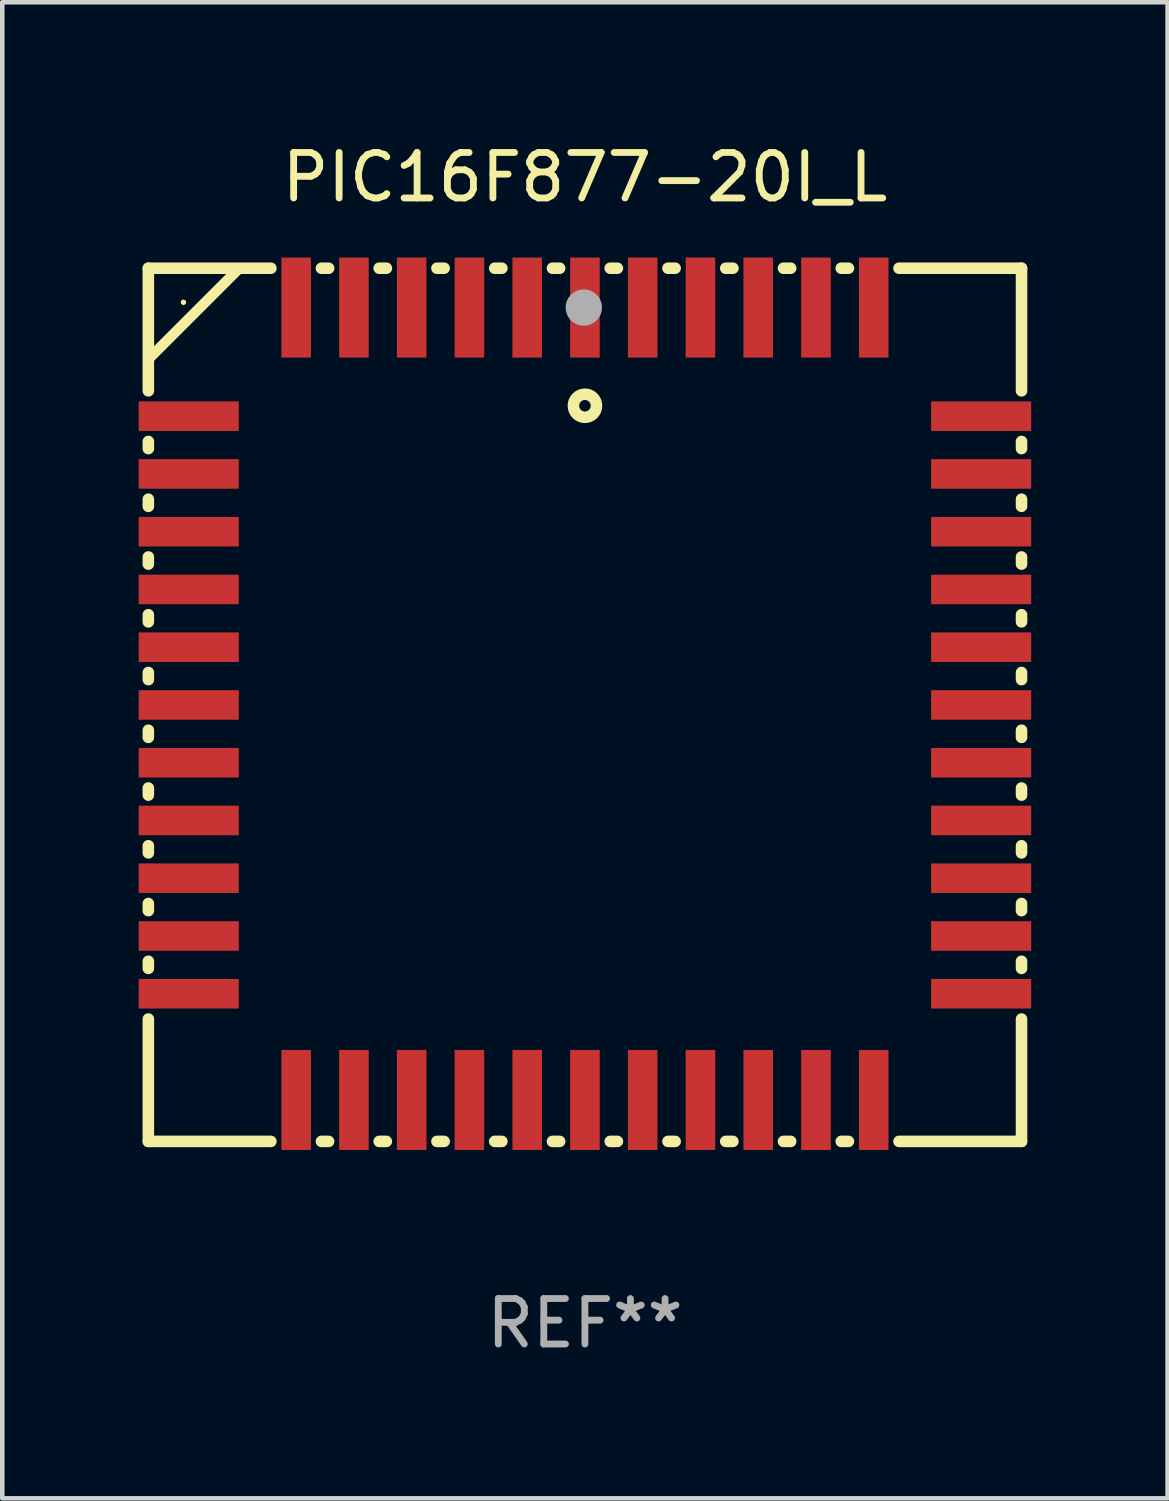
<source format=kicad_pcb>
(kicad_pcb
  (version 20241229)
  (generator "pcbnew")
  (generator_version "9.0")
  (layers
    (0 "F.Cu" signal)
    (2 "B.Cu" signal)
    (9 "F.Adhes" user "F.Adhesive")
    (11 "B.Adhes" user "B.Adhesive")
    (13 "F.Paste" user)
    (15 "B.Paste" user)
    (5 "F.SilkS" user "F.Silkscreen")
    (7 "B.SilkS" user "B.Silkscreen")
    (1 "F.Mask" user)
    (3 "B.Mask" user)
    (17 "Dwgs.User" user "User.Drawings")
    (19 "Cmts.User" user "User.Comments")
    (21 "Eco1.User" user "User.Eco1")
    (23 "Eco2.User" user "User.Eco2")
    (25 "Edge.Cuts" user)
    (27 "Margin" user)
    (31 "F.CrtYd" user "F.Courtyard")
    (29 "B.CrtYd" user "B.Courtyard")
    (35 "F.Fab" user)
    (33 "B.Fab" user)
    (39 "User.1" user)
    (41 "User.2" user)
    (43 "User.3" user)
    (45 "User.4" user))
  (footprint "PIC16F877-20I_L"
    (layer "F.Cu")
    (at 9.812 12.448)
    (property "Reference" "PIC16F877-20I_L" (at 0 -11.6 0) (layer "F.SilkS") (effects (font (size 1 1) (thickness 0.15))))
    (attr through_hole)
    (fp_line (start -9.6 -9.6) (end -6.906 -9.6) (stroke (width 0.254) (type solid)) (layer "F.SilkS"))
    (fp_line (start -9.6 -6.904) (end -9.6 -9.6) (stroke (width 0.254) (type solid)) (layer "F.SilkS"))
    (fp_line (start -9.6 -5.634) (end -9.6 -5.791) (stroke (width 0.254) (type solid)) (layer "F.SilkS"))
    (fp_line (start -9.6 -4.364) (end -9.6 -4.521) (stroke (width 0.254) (type solid)) (layer "F.SilkS"))
    (fp_line (start -9.6 -3.094) (end -9.6 -3.251) (stroke (width 0.254) (type solid)) (layer "F.SilkS"))
    (fp_line (start -9.6 -1.824) (end -9.6 -1.981) (stroke (width 0.254) (type solid)) (layer "F.SilkS"))
    (fp_line (start -9.6 -0.554) (end -9.6 -0.711) (stroke (width 0.254) (type solid)) (layer "F.SilkS"))
    (fp_line (start -9.6 0.716) (end -9.6 0.559) (stroke (width 0.254) (type solid)) (layer "F.SilkS"))
    (fp_line (start -9.6 1.986) (end -9.6 1.829) (stroke (width 0.254) (type solid)) (layer "F.SilkS"))
    (fp_line (start -9.6 3.256) (end -9.6 3.099) (stroke (width 0.254) (type solid)) (layer "F.SilkS"))
    (fp_line (start -9.6 4.526) (end -9.6 4.369) (stroke (width 0.254) (type solid)) (layer "F.SilkS"))
    (fp_line (start -9.6 5.796) (end -9.6 5.639) (stroke (width 0.254) (type solid)) (layer "F.SilkS"))
    (fp_line (start -9.6 9.6) (end -9.6 6.909) (stroke (width 0.254) (type solid)) (layer "F.SilkS"))
    (fp_line (start -7.6 -9.6) (end -9.6 -7.6) (stroke (width 0.229) (type solid)) (layer "F.SilkS"))
    (fp_line (start -6.906 9.6) (end -9.6 9.6) (stroke (width 0.254) (type solid)) (layer "F.SilkS"))
    (fp_line (start -5.794 -9.6) (end -5.636 -9.6) (stroke (width 0.254) (type solid)) (layer "F.SilkS"))
    (fp_line (start -5.636 9.6) (end -5.794 9.6) (stroke (width 0.254) (type solid)) (layer "F.SilkS"))
    (fp_line (start -4.524 -9.6) (end -4.366 -9.6) (stroke (width 0.254) (type solid)) (layer "F.SilkS"))
    (fp_line (start -4.366 9.6) (end -4.524 9.6) (stroke (width 0.254) (type solid)) (layer "F.SilkS"))
    (fp_line (start -3.254 -9.6) (end -3.096 -9.6) (stroke (width 0.254) (type solid)) (layer "F.SilkS"))
    (fp_line (start -3.096 9.6) (end -3.254 9.6) (stroke (width 0.254) (type solid)) (layer "F.SilkS"))
    (fp_line (start -1.984 -9.6) (end -1.826 -9.6) (stroke (width 0.254) (type solid)) (layer "F.SilkS"))
    (fp_line (start -1.826 9.6) (end -1.984 9.6) (stroke (width 0.254) (type solid)) (layer "F.SilkS"))
    (fp_line (start -0.714 -9.6) (end -0.556 -9.6) (stroke (width 0.254) (type solid)) (layer "F.SilkS"))
    (fp_line (start -0.556 9.6) (end -0.714 9.6) (stroke (width 0.254) (type solid)) (layer "F.SilkS"))
    (fp_line (start 0.556 -9.6) (end 0.714 -9.6) (stroke (width 0.254) (type solid)) (layer "F.SilkS"))
    (fp_line (start 0.714 9.6) (end 0.556 9.6) (stroke (width 0.254) (type solid)) (layer "F.SilkS"))
    (fp_line (start 1.826 -9.6) (end 1.984 -9.6) (stroke (width 0.254) (type solid)) (layer "F.SilkS"))
    (fp_line (start 1.984 9.6) (end 1.826 9.6) (stroke (width 0.254) (type solid)) (layer "F.SilkS"))
    (fp_line (start 3.096 -9.6) (end 3.254 -9.6) (stroke (width 0.254) (type solid)) (layer "F.SilkS"))
    (fp_line (start 3.254 9.6) (end 3.096 9.6) (stroke (width 0.254) (type solid)) (layer "F.SilkS"))
    (fp_line (start 4.366 -9.6) (end 4.524 -9.6) (stroke (width 0.254) (type solid)) (layer "F.SilkS"))
    (fp_line (start 4.524 9.6) (end 4.366 9.6) (stroke (width 0.254) (type solid)) (layer "F.SilkS"))
    (fp_line (start 5.636 -9.6) (end 5.794 -9.6) (stroke (width 0.254) (type solid)) (layer "F.SilkS"))
    (fp_line (start 5.794 9.6) (end 5.636 9.6) (stroke (width 0.254) (type solid)) (layer "F.SilkS"))
    (fp_line (start 6.906 -9.6) (end 9.6 -9.6) (stroke (width 0.254) (type solid)) (layer "F.SilkS"))
    (fp_line (start 9.6 -6.904) (end 9.6 -9.6) (stroke (width 0.254) (type solid)) (layer "F.SilkS"))
    (fp_line (start 9.6 -5.634) (end 9.6 -5.791) (stroke (width 0.254) (type solid)) (layer "F.SilkS"))
    (fp_line (start 9.6 -4.364) (end 9.6 -4.521) (stroke (width 0.254) (type solid)) (layer "F.SilkS"))
    (fp_line (start 9.6 -3.094) (end 9.6 -3.251) (stroke (width 0.254) (type solid)) (layer "F.SilkS"))
    (fp_line (start 9.6 -1.824) (end 9.6 -1.981) (stroke (width 0.254) (type solid)) (layer "F.SilkS"))
    (fp_line (start 9.6 -0.554) (end 9.6 -0.711) (stroke (width 0.254) (type solid)) (layer "F.SilkS"))
    (fp_line (start 9.6 0.716) (end 9.6 0.559) (stroke (width 0.254) (type solid)) (layer "F.SilkS"))
    (fp_line (start 9.6 1.986) (end 9.6 1.829) (stroke (width 0.254) (type solid)) (layer "F.SilkS"))
    (fp_line (start 9.6 3.256) (end 9.6 3.099) (stroke (width 0.254) (type solid)) (layer "F.SilkS"))
    (fp_line (start 9.6 4.526) (end 9.6 4.369) (stroke (width 0.254) (type solid)) (layer "F.SilkS"))
    (fp_line (start 9.6 5.796) (end 9.6 5.639) (stroke (width 0.254) (type solid)) (layer "F.SilkS"))
    (fp_line (start 9.6 9.6) (end 6.906 9.6) (stroke (width 0.254) (type solid)) (layer "F.SilkS"))
    (fp_line (start 9.6 9.6) (end 9.6 6.909) (stroke (width 0.254) (type solid)) (layer "F.SilkS"))
    (fp_line (start 9.6 9.6) (end 9.6 8.352) (stroke (width 0.229) (type solid)) (layer "F.SilkS"))
    (fp_circle (center -8.828 -8.851) (end -8.798 -8.851) (stroke (width 0.06) (type solid)) (fill no) (layer "F.SilkS"))
    (fp_circle (center 0 -6.576) (end 0.254 -6.576) (stroke (width 0.254) (type solid)) (fill no) (layer "F.SilkS"))
    (fp_circle (center -0.025 -8.735) (end 0.175 -8.735) (stroke (width 0.4) (type solid)) (fill no) (layer "F.Fab"))
    (fp_text user "REF**" (at 0 13.6 0) (layer "F.Fab") (effects (font (size 1 1) (thickness 0.15))))
    (pad "1" smd rect (at 0 -8.735 180) (size 0.65 2.2) (layers "F.Cu" "F.Mask" "F.Paste"))
    (pad "2" smd rect (at -1.27 -8.735 180) (size 0.65 2.2) (layers "F.Cu" "F.Mask" "F.Paste"))
    (pad "3" smd rect (at -2.54 -8.735 180) (size 0.65 2.2) (layers "F.Cu" "F.Mask" "F.Paste"))
    (pad "4" smd rect (at -3.81 -8.735 180) (size 0.65 2.2) (layers "F.Cu" "F.Mask" "F.Paste"))
    (pad "5" smd rect (at -5.08 -8.735 180) (size 0.65 2.2) (layers "F.Cu" "F.Mask" "F.Paste"))
    (pad "6" smd rect (at -6.35 -8.735 180) (size 0.65 2.2) (layers "F.Cu" "F.Mask" "F.Paste"))
    (pad "7" smd rect (at -8.712 -6.347 180) (size 2.2 0.65) (layers "F.Cu" "F.Mask" "F.Paste"))
    (pad "8" smd rect (at -8.712 -5.077 180) (size 2.2 0.65) (layers "F.Cu" "F.Mask" "F.Paste"))
    (pad "9" smd rect (at -8.712 -3.807 180) (size 2.2 0.65) (layers "F.Cu" "F.Mask" "F.Paste"))
    (pad "10" smd rect (at -8.712 -2.537 180) (size 2.2 0.65) (layers "F.Cu" "F.Mask" "F.Paste"))
    (pad "11" smd rect (at -8.712 -1.267 180) (size 2.2 0.65) (layers "F.Cu" "F.Mask" "F.Paste"))
    (pad "12" smd rect (at -8.712 0.003 180) (size 2.2 0.65) (layers "F.Cu" "F.Mask" "F.Paste"))
    (pad "13" smd rect (at -8.712 1.273 180) (size 2.2 0.65) (layers "F.Cu" "F.Mask" "F.Paste"))
    (pad "14" smd rect (at -8.712 2.543 180) (size 2.2 0.65) (layers "F.Cu" "F.Mask" "F.Paste"))
    (pad "15" smd rect (at -8.712 3.813 180) (size 2.2 0.65) (layers "F.Cu" "F.Mask" "F.Paste"))
    (pad "16" smd rect (at -8.712 5.083 180) (size 2.2 0.65) (layers "F.Cu" "F.Mask" "F.Paste"))
    (pad "17" smd rect (at -8.712 6.353 180) (size 2.2 0.65) (layers "F.Cu" "F.Mask" "F.Paste"))
    (pad "18" smd rect (at -6.35 8.689 180) (size 0.65 2.2) (layers "F.Cu" "F.Mask" "F.Paste"))
    (pad "19" smd rect (at -5.08 8.689 180) (size 0.65 2.2) (layers "F.Cu" "F.Mask" "F.Paste"))
    (pad "20" smd rect (at -3.81 8.689 180) (size 0.65 2.2) (layers "F.Cu" "F.Mask" "F.Paste"))
    (pad "21" smd rect (at -2.54 8.689 180) (size 0.65 2.2) (layers "F.Cu" "F.Mask" "F.Paste"))
    (pad "22" smd rect (at -1.27 8.689 180) (size 0.65 2.2) (layers "F.Cu" "F.Mask" "F.Paste"))
    (pad "23" smd rect (at 0 8.689 180) (size 0.65 2.2) (layers "F.Cu" "F.Mask" "F.Paste"))
    (pad "24" smd rect (at 1.27 8.689 180) (size 0.65 2.2) (layers "F.Cu" "F.Mask" "F.Paste"))
    (pad "25" smd rect (at 2.54 8.689 180) (size 0.65 2.2) (layers "F.Cu" "F.Mask" "F.Paste"))
    (pad "26" smd rect (at 3.81 8.689 180) (size 0.65 2.2) (layers "F.Cu" "F.Mask" "F.Paste"))
    (pad "27" smd rect (at 5.08 8.689 180) (size 0.65 2.2) (layers "F.Cu" "F.Mask" "F.Paste"))
    (pad "28" smd rect (at 6.35 8.689 180) (size 0.65 2.2) (layers "F.Cu" "F.Mask" "F.Paste"))
    (pad "29" smd rect (at 8.712 6.353 180) (size 2.2 0.65) (layers "F.Cu" "F.Mask" "F.Paste"))
    (pad "30" smd rect (at 8.712 5.083 180) (size 2.2 0.65) (layers "F.Cu" "F.Mask" "F.Paste"))
    (pad "31" smd rect (at 8.712 3.813 180) (size 2.2 0.65) (layers "F.Cu" "F.Mask" "F.Paste"))
    (pad "32" smd rect (at 8.712 2.543 180) (size 2.2 0.65) (layers "F.Cu" "F.Mask" "F.Paste"))
    (pad "33" smd rect (at 8.712 1.273 180) (size 2.2 0.65) (layers "F.Cu" "F.Mask" "F.Paste"))
    (pad "34" smd rect (at 8.712 0.003 180) (size 2.2 0.65) (layers "F.Cu" "F.Mask" "F.Paste"))
    (pad "35" smd rect (at 8.712 -1.267 180) (size 2.2 0.65) (layers "F.Cu" "F.Mask" "F.Paste"))
    (pad "36" smd rect (at 8.712 -2.537 180) (size 2.2 0.65) (layers "F.Cu" "F.Mask" "F.Paste"))
    (pad "37" smd rect (at 8.712 -3.807 180) (size 2.2 0.65) (layers "F.Cu" "F.Mask" "F.Paste"))
    (pad "38" smd rect (at 8.712 -5.077 180) (size 2.2 0.65) (layers "F.Cu" "F.Mask" "F.Paste"))
    (pad "39" smd rect (at 8.712 -6.347 180) (size 2.2 0.65) (layers "F.Cu" "F.Mask" "F.Paste"))
    (pad "40" smd rect (at 6.35 -8.735 180) (size 0.65 2.2) (layers "F.Cu" "F.Mask" "F.Paste"))
    (pad "41" smd rect (at 5.08 -8.735 180) (size 0.65 2.2) (layers "F.Cu" "F.Mask" "F.Paste"))
    (pad "42" smd rect (at 3.81 -8.735 180) (size 0.65 2.2) (layers "F.Cu" "F.Mask" "F.Paste"))
    (pad "43" smd rect (at 2.54 -8.735 180) (size 0.65 2.2) (layers "F.Cu" "F.Mask" "F.Paste"))
    (pad "44" smd rect (at 1.27 -8.735 180) (size 0.65 2.2) (layers "F.Cu" "F.Mask" "F.Paste")))
  (gr_rect
    (start -3 -3)
    (end 22.624 29.897)
    (stroke (width 0.1) (type default))
    (fill no)
    (layer "Edge.Cuts")))
</source>
